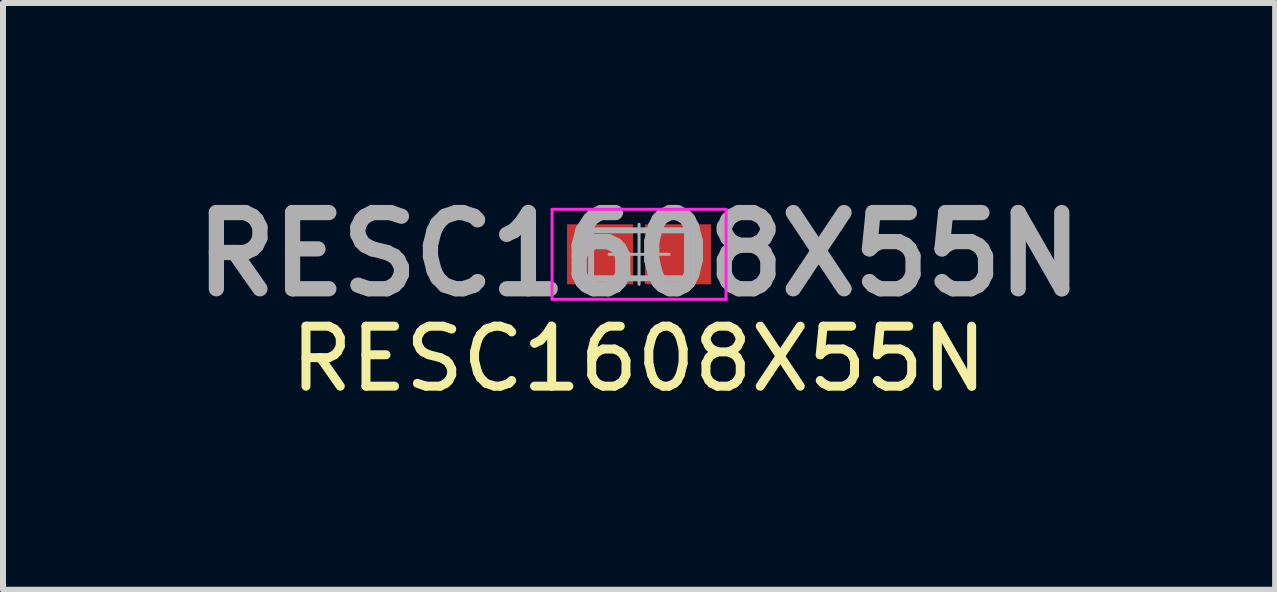
<source format=kicad_pcb>
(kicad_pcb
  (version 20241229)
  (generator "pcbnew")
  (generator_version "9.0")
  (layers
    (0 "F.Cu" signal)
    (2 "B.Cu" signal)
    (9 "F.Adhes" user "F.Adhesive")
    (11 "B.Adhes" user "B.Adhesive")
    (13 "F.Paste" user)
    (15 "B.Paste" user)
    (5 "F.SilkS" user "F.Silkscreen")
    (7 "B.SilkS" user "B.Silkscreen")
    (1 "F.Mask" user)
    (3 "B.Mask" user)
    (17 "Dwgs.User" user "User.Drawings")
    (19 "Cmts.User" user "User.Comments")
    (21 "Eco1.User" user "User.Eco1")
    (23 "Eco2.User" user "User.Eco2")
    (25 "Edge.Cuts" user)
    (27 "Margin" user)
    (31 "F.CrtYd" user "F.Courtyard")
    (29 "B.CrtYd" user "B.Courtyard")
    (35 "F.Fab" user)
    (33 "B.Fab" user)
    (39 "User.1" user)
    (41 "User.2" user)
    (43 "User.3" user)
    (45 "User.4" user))
  (footprint "RESC1608X55N"
    (layer "F.Cu")
    (at 7.602 1.189)
    (property "Reference" "RESC1608X55N" (at -0.004 1.743 180) (layer "F.SilkS") (effects (font (size 1 1) (thickness 0.15))))
    (attr smd)
    (fp_line (start -1.45 -0.75) (end -1.45 0.75) (stroke (width 0.05) (type solid)) (layer "F.CrtYd"))
    (fp_line (start -1.45 0.75) (end 1.45 0.75) (stroke (width 0.05) (type solid)) (layer "F.CrtYd"))
    (fp_line (start -0.85 -0.475) (end -0.85 0.475) (stroke (width 0.001) (type solid)) (layer "F.CrtYd"))
    (fp_line (start -0.85 0.475) (end 0.85 0.475) (stroke (width 0.001) (type solid)) (layer "F.CrtYd"))
    (fp_line (start 0.85 -0.475) (end -0.85 -0.475) (stroke (width 0.001) (type solid)) (layer "F.CrtYd"))
    (fp_line (start 0.85 0.475) (end 0.85 -0.475) (stroke (width 0.001) (type solid)) (layer "F.CrtYd"))
    (fp_line (start 1.45 -0.75) (end -1.45 -0.75) (stroke (width 0.05) (type solid)) (layer "F.CrtYd"))
    (fp_line (start 1.45 0.75) (end 1.45 -0.75) (stroke (width 0.05) (type solid)) (layer "F.CrtYd"))
    (fp_line (start -0.8 -0.4) (end -0.8 0.4) (stroke (width 0.1) (type solid)) (layer "F.Fab"))
    (fp_line (start -0.8 0.4) (end 0.8 0.4) (stroke (width 0.1) (type solid)) (layer "F.Fab"))
    (fp_line (start -0.5 0) (end 0.5 0) (stroke (width 0.05) (type solid)) (layer "F.Fab"))
    (fp_line (start 0 0.5) (end 0 -0.5) (stroke (width 0.05) (type solid)) (layer "F.Fab"))
    (fp_line (start 0.8 -0.4) (end -0.8 -0.4) (stroke (width 0.1) (type solid)) (layer "F.Fab"))
    (fp_line (start 0.8 0.4) (end 0.8 -0.4) (stroke (width 0.1) (type solid)) (layer "F.Fab"))
    (fp_text user "${REFERENCE}" (at 0 0 180) (layer "F.Fab") (effects (font (size 1.27 1.27) (thickness 0.254))))
    (pad "1" smd rect (at -0.65 0 90) (size 1 1.1) (layers "F.Cu" "F.Mask" "F.Paste"))
    (pad "2" smd rect (at 0.65 0 90) (size 1 1.1) (layers "F.Cu" "F.Mask" "F.Paste")))
  (gr_rect
    (start -3 -3)
    (end 18.204 6.78)
    (stroke (width 0.1) (type default))
    (fill no)
    (layer "Edge.Cuts")))
</source>
